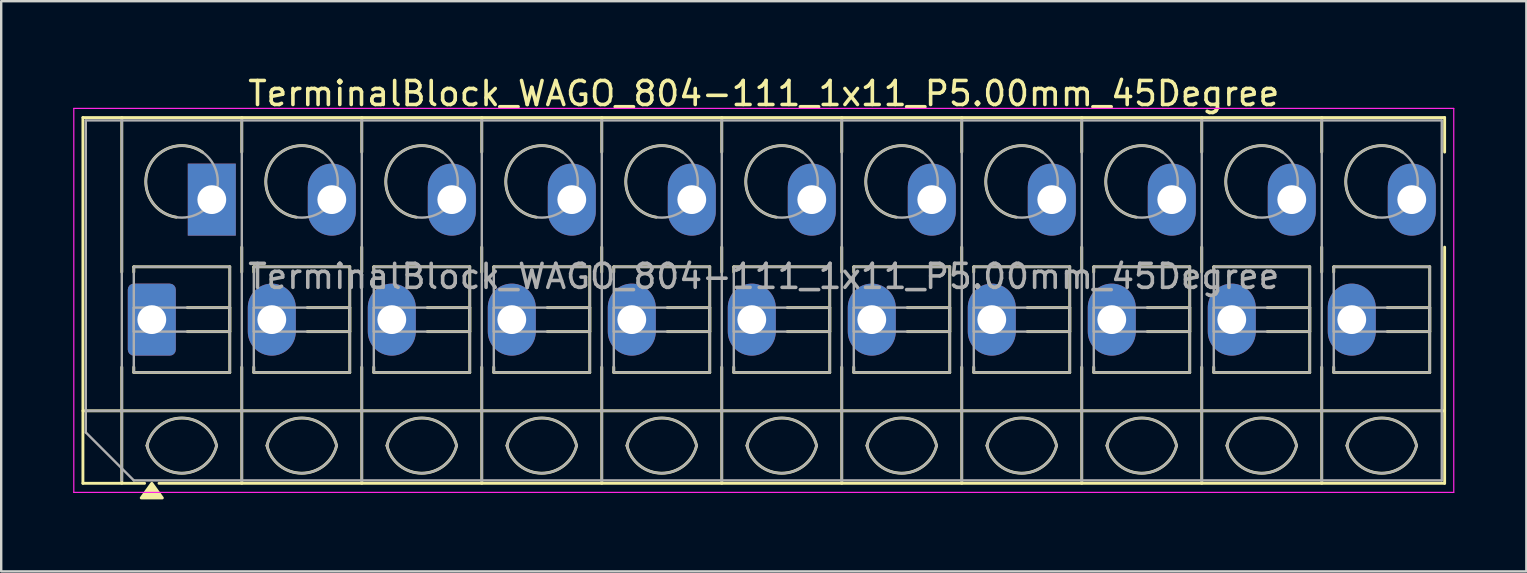
<source format=kicad_pcb>
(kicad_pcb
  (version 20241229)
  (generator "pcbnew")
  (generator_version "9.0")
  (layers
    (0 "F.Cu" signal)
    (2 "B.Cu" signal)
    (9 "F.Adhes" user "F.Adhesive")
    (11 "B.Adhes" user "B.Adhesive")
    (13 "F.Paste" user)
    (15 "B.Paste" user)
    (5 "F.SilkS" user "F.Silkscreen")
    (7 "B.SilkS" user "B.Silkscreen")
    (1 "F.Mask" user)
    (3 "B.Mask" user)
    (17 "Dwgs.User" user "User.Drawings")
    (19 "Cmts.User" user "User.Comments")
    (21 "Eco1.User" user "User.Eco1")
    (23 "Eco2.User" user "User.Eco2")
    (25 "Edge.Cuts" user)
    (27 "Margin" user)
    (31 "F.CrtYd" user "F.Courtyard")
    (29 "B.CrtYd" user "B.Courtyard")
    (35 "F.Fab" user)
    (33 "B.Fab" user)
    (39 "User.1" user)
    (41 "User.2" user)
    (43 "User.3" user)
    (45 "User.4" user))
  (footprint "TerminalBlock_WAGO_804-111_1x11_P5.00mm_45Degree"
    (layer "F.Cu")
    (at 3.275 10.268)
    (property "Reference" "TerminalBlock_WAGO_804-111_1x11_P5.00mm_45Degree" (at 25.5 -9.42 0) (layer "F.SilkS") (effects (font (size 1 1) (thickness 0.15))))
    (attr through_hole)
    (fp_line (start -2.87 -8.42) (end -2.87 6.82) (stroke (width 0.12) (type solid)) (layer "F.SilkS"))
    (fp_line (start -2.87 -8.42) (end 53.87 -8.42) (stroke (width 0.12) (type solid)) (layer "F.SilkS"))
    (fp_line (start -2.87 3.8) (end 53.87 3.8) (stroke (width 0.12) (type solid)) (layer "F.SilkS"))
    (fp_line (start -2.87 6.82) (end -0.3 6.82) (stroke (width 0.12) (type solid)) (layer "F.SilkS"))
    (fp_line (start -1.25 -8.42) (end -1.25 -1.98) (stroke (width 0.12) (type solid)) (layer "F.SilkS"))
    (fp_line (start -1.25 1.98) (end -1.25 6.82) (stroke (width 0.12) (type solid)) (layer "F.SilkS"))
    (fp_line (start -0.75 -2.2) (end -0.75 -1.98) (stroke (width 0.12) (type solid)) (layer "F.SilkS"))
    (fp_line (start -0.75 -2.2) (end 3.25 -2.2) (stroke (width 0.12) (type solid)) (layer "F.SilkS"))
    (fp_line (start -0.75 1.98) (end -0.75 2.2) (stroke (width 0.12) (type solid)) (layer "F.SilkS"))
    (fp_line (start -0.75 2.2) (end 3.25 2.2) (stroke (width 0.12) (type solid)) (layer "F.SilkS"))
    (fp_line (start 0.3 6.82) (end 53.87 6.82) (stroke (width 0.12) (type solid)) (layer "F.SilkS"))
    (fp_line (start 1.48 -0.5) (end 3.25 -0.5) (stroke (width 0.12) (type solid)) (layer "F.SilkS"))
    (fp_line (start 1.48 0.5) (end 3.25 0.5) (stroke (width 0.12) (type solid)) (layer "F.SilkS"))
    (fp_line (start 3.25 -2.2) (end 3.25 2.2) (stroke (width 0.12) (type solid)) (layer "F.SilkS"))
    (fp_line (start 3.25 -0.5) (end 3.25 0.5) (stroke (width 0.12) (type solid)) (layer "F.SilkS"))
    (fp_line (start 3.75 -8.42) (end 3.75 -6.98) (stroke (width 0.12) (type solid)) (layer "F.SilkS"))
    (fp_line (start 3.75 -3.02) (end 3.75 -1.98) (stroke (width 0.12) (type solid)) (layer "F.SilkS"))
    (fp_line (start 3.75 1.98) (end 3.75 6.82) (stroke (width 0.12) (type solid)) (layer "F.SilkS"))
    (fp_line (start 4.25 -2.2) (end 4.25 -1.98) (stroke (width 0.12) (type solid)) (layer "F.SilkS"))
    (fp_line (start 4.25 -2.2) (end 8.25 -2.2) (stroke (width 0.12) (type solid)) (layer "F.SilkS"))
    (fp_line (start 4.25 1.98) (end 4.25 2.2) (stroke (width 0.12) (type solid)) (layer "F.SilkS"))
    (fp_line (start 4.25 2.2) (end 8.25 2.2) (stroke (width 0.12) (type solid)) (layer "F.SilkS"))
    (fp_line (start 6.48 -0.5) (end 8.25 -0.5) (stroke (width 0.12) (type solid)) (layer "F.SilkS"))
    (fp_line (start 6.48 0.5) (end 8.25 0.5) (stroke (width 0.12) (type solid)) (layer "F.SilkS"))
    (fp_line (start 8.25 -2.2) (end 8.25 2.2) (stroke (width 0.12) (type solid)) (layer "F.SilkS"))
    (fp_line (start 8.25 -0.5) (end 8.25 0.5) (stroke (width 0.12) (type solid)) (layer "F.SilkS"))
    (fp_line (start 8.75 -8.42) (end 8.75 -6.98) (stroke (width 0.12) (type solid)) (layer "F.SilkS"))
    (fp_line (start 8.75 -3.02) (end 8.75 -1.98) (stroke (width 0.12) (type solid)) (layer "F.SilkS"))
    (fp_line (start 8.75 1.98) (end 8.75 6.82) (stroke (width 0.12) (type solid)) (layer "F.SilkS"))
    (fp_line (start 9.25 -2.2) (end 9.25 -1.98) (stroke (width 0.12) (type solid)) (layer "F.SilkS"))
    (fp_line (start 9.25 -2.2) (end 13.25 -2.2) (stroke (width 0.12) (type solid)) (layer "F.SilkS"))
    (fp_line (start 9.25 1.98) (end 9.25 2.2) (stroke (width 0.12) (type solid)) (layer "F.SilkS"))
    (fp_line (start 9.25 2.2) (end 13.25 2.2) (stroke (width 0.12) (type solid)) (layer "F.SilkS"))
    (fp_line (start 11.48 -0.5) (end 13.25 -0.5) (stroke (width 0.12) (type solid)) (layer "F.SilkS"))
    (fp_line (start 11.48 0.5) (end 13.25 0.5) (stroke (width 0.12) (type solid)) (layer "F.SilkS"))
    (fp_line (start 13.25 -2.2) (end 13.25 2.2) (stroke (width 0.12) (type solid)) (layer "F.SilkS"))
    (fp_line (start 13.25 -0.5) (end 13.25 0.5) (stroke (width 0.12) (type solid)) (layer "F.SilkS"))
    (fp_line (start 13.75 -8.42) (end 13.75 -6.98) (stroke (width 0.12) (type solid)) (layer "F.SilkS"))
    (fp_line (start 13.75 -3.02) (end 13.75 -1.98) (stroke (width 0.12) (type solid)) (layer "F.SilkS"))
    (fp_line (start 13.75 1.98) (end 13.75 6.82) (stroke (width 0.12) (type solid)) (layer "F.SilkS"))
    (fp_line (start 14.25 -2.2) (end 14.25 -1.98) (stroke (width 0.12) (type solid)) (layer "F.SilkS"))
    (fp_line (start 14.25 -2.2) (end 18.25 -2.2) (stroke (width 0.12) (type solid)) (layer "F.SilkS"))
    (fp_line (start 14.25 1.98) (end 14.25 2.2) (stroke (width 0.12) (type solid)) (layer "F.SilkS"))
    (fp_line (start 14.25 2.2) (end 18.25 2.2) (stroke (width 0.12) (type solid)) (layer "F.SilkS"))
    (fp_line (start 16.48 -0.5) (end 18.25 -0.5) (stroke (width 0.12) (type solid)) (layer "F.SilkS"))
    (fp_line (start 16.48 0.5) (end 18.25 0.5) (stroke (width 0.12) (type solid)) (layer "F.SilkS"))
    (fp_line (start 18.25 -2.2) (end 18.25 2.2) (stroke (width 0.12) (type solid)) (layer "F.SilkS"))
    (fp_line (start 18.25 -0.5) (end 18.25 0.5) (stroke (width 0.12) (type solid)) (layer "F.SilkS"))
    (fp_line (start 18.75 -8.42) (end 18.75 -6.98) (stroke (width 0.12) (type solid)) (layer "F.SilkS"))
    (fp_line (start 18.75 -3.02) (end 18.75 -1.98) (stroke (width 0.12) (type solid)) (layer "F.SilkS"))
    (fp_line (start 18.75 1.98) (end 18.75 6.82) (stroke (width 0.12) (type solid)) (layer "F.SilkS"))
    (fp_line (start 19.25 -2.2) (end 19.25 -1.98) (stroke (width 0.12) (type solid)) (layer "F.SilkS"))
    (fp_line (start 19.25 -2.2) (end 23.25 -2.2) (stroke (width 0.12) (type solid)) (layer "F.SilkS"))
    (fp_line (start 19.25 1.98) (end 19.25 2.2) (stroke (width 0.12) (type solid)) (layer "F.SilkS"))
    (fp_line (start 19.25 2.2) (end 23.25 2.2) (stroke (width 0.12) (type solid)) (layer "F.SilkS"))
    (fp_line (start 21.48 -0.5) (end 23.25 -0.5) (stroke (width 0.12) (type solid)) (layer "F.SilkS"))
    (fp_line (start 21.48 0.5) (end 23.25 0.5) (stroke (width 0.12) (type solid)) (layer "F.SilkS"))
    (fp_line (start 23.25 -2.2) (end 23.25 2.2) (stroke (width 0.12) (type solid)) (layer "F.SilkS"))
    (fp_line (start 23.25 -0.5) (end 23.25 0.5) (stroke (width 0.12) (type solid)) (layer "F.SilkS"))
    (fp_line (start 23.75 -8.42) (end 23.75 -6.98) (stroke (width 0.12) (type solid)) (layer "F.SilkS"))
    (fp_line (start 23.75 -3.02) (end 23.75 -1.98) (stroke (width 0.12) (type solid)) (layer "F.SilkS"))
    (fp_line (start 23.75 1.98) (end 23.75 6.82) (stroke (width 0.12) (type solid)) (layer "F.SilkS"))
    (fp_line (start 24.25 -2.2) (end 24.25 -1.98) (stroke (width 0.12) (type solid)) (layer "F.SilkS"))
    (fp_line (start 24.25 -2.2) (end 28.25 -2.2) (stroke (width 0.12) (type solid)) (layer "F.SilkS"))
    (fp_line (start 24.25 1.98) (end 24.25 2.2) (stroke (width 0.12) (type solid)) (layer "F.SilkS"))
    (fp_line (start 24.25 2.2) (end 28.25 2.2) (stroke (width 0.12) (type solid)) (layer "F.SilkS"))
    (fp_line (start 26.48 -0.5) (end 28.25 -0.5) (stroke (width 0.12) (type solid)) (layer "F.SilkS"))
    (fp_line (start 26.48 0.5) (end 28.25 0.5) (stroke (width 0.12) (type solid)) (layer "F.SilkS"))
    (fp_line (start 28.25 -2.2) (end 28.25 2.2) (stroke (width 0.12) (type solid)) (layer "F.SilkS"))
    (fp_line (start 28.25 -0.5) (end 28.25 0.5) (stroke (width 0.12) (type solid)) (layer "F.SilkS"))
    (fp_line (start 28.75 -8.42) (end 28.75 -6.98) (stroke (width 0.12) (type solid)) (layer "F.SilkS"))
    (fp_line (start 28.75 -3.02) (end 28.75 -1.98) (stroke (width 0.12) (type solid)) (layer "F.SilkS"))
    (fp_line (start 28.75 1.98) (end 28.75 6.82) (stroke (width 0.12) (type solid)) (layer "F.SilkS"))
    (fp_line (start 29.25 -2.2) (end 29.25 -1.98) (stroke (width 0.12) (type solid)) (layer "F.SilkS"))
    (fp_line (start 29.25 -2.2) (end 33.25 -2.2) (stroke (width 0.12) (type solid)) (layer "F.SilkS"))
    (fp_line (start 29.25 1.98) (end 29.25 2.2) (stroke (width 0.12) (type solid)) (layer "F.SilkS"))
    (fp_line (start 29.25 2.2) (end 33.25 2.2) (stroke (width 0.12) (type solid)) (layer "F.SilkS"))
    (fp_line (start 31.48 -0.5) (end 33.25 -0.5) (stroke (width 0.12) (type solid)) (layer "F.SilkS"))
    (fp_line (start 31.48 0.5) (end 33.25 0.5) (stroke (width 0.12) (type solid)) (layer "F.SilkS"))
    (fp_line (start 33.25 -2.2) (end 33.25 2.2) (stroke (width 0.12) (type solid)) (layer "F.SilkS"))
    (fp_line (start 33.25 -0.5) (end 33.25 0.5) (stroke (width 0.12) (type solid)) (layer "F.SilkS"))
    (fp_line (start 33.75 -8.42) (end 33.75 -6.98) (stroke (width 0.12) (type solid)) (layer "F.SilkS"))
    (fp_line (start 33.75 -3.02) (end 33.75 -1.98) (stroke (width 0.12) (type solid)) (layer "F.SilkS"))
    (fp_line (start 33.75 1.98) (end 33.75 6.82) (stroke (width 0.12) (type solid)) (layer "F.SilkS"))
    (fp_line (start 34.25 -2.2) (end 34.25 -1.98) (stroke (width 0.12) (type solid)) (layer "F.SilkS"))
    (fp_line (start 34.25 -2.2) (end 38.25 -2.2) (stroke (width 0.12) (type solid)) (layer "F.SilkS"))
    (fp_line (start 34.25 1.98) (end 34.25 2.2) (stroke (width 0.12) (type solid)) (layer "F.SilkS"))
    (fp_line (start 34.25 2.2) (end 38.25 2.2) (stroke (width 0.12) (type solid)) (layer "F.SilkS"))
    (fp_line (start 36.48 -0.5) (end 38.25 -0.5) (stroke (width 0.12) (type solid)) (layer "F.SilkS"))
    (fp_line (start 36.48 0.5) (end 38.25 0.5) (stroke (width 0.12) (type solid)) (layer "F.SilkS"))
    (fp_line (start 38.25 -2.2) (end 38.25 2.2) (stroke (width 0.12) (type solid)) (layer "F.SilkS"))
    (fp_line (start 38.25 -0.5) (end 38.25 0.5) (stroke (width 0.12) (type solid)) (layer "F.SilkS"))
    (fp_line (start 38.75 -8.42) (end 38.75 -6.98) (stroke (width 0.12) (type solid)) (layer "F.SilkS"))
    (fp_line (start 38.75 -3.02) (end 38.75 -1.98) (stroke (width 0.12) (type solid)) (layer "F.SilkS"))
    (fp_line (start 38.75 1.98) (end 38.75 6.82) (stroke (width 0.12) (type solid)) (layer "F.SilkS"))
    (fp_line (start 39.25 -2.2) (end 39.25 -1.98) (stroke (width 0.12) (type solid)) (layer "F.SilkS"))
    (fp_line (start 39.25 -2.2) (end 43.25 -2.2) (stroke (width 0.12) (type solid)) (layer "F.SilkS"))
    (fp_line (start 39.25 1.98) (end 39.25 2.2) (stroke (width 0.12) (type solid)) (layer "F.SilkS"))
    (fp_line (start 39.25 2.2) (end 43.25 2.2) (stroke (width 0.12) (type solid)) (layer "F.SilkS"))
    (fp_line (start 41.48 -0.5) (end 43.25 -0.5) (stroke (width 0.12) (type solid)) (layer "F.SilkS"))
    (fp_line (start 41.48 0.5) (end 43.25 0.5) (stroke (width 0.12) (type solid)) (layer "F.SilkS"))
    (fp_line (start 43.25 -2.2) (end 43.25 2.2) (stroke (width 0.12) (type solid)) (layer "F.SilkS"))
    (fp_line (start 43.25 -0.5) (end 43.25 0.5) (stroke (width 0.12) (type solid)) (layer "F.SilkS"))
    (fp_line (start 43.75 -8.42) (end 43.75 -6.98) (stroke (width 0.12) (type solid)) (layer "F.SilkS"))
    (fp_line (start 43.75 -3.02) (end 43.75 -1.98) (stroke (width 0.12) (type solid)) (layer "F.SilkS"))
    (fp_line (start 43.75 1.98) (end 43.75 6.82) (stroke (width 0.12) (type solid)) (layer "F.SilkS"))
    (fp_line (start 44.25 -2.2) (end 44.25 -1.98) (stroke (width 0.12) (type solid)) (layer "F.SilkS"))
    (fp_line (start 44.25 -2.2) (end 48.25 -2.2) (stroke (width 0.12) (type solid)) (layer "F.SilkS"))
    (fp_line (start 44.25 1.98) (end 44.25 2.2) (stroke (width 0.12) (type solid)) (layer "F.SilkS"))
    (fp_line (start 44.25 2.2) (end 48.25 2.2) (stroke (width 0.12) (type solid)) (layer "F.SilkS"))
    (fp_line (start 46.48 -0.5) (end 48.25 -0.5) (stroke (width 0.12) (type solid)) (layer "F.SilkS"))
    (fp_line (start 46.48 0.5) (end 48.25 0.5) (stroke (width 0.12) (type solid)) (layer "F.SilkS"))
    (fp_line (start 48.25 -2.2) (end 48.25 2.2) (stroke (width 0.12) (type solid)) (layer "F.SilkS"))
    (fp_line (start 48.25 -0.5) (end 48.25 0.5) (stroke (width 0.12) (type solid)) (layer "F.SilkS"))
    (fp_line (start 48.75 -8.42) (end 48.75 -6.98) (stroke (width 0.12) (type solid)) (layer "F.SilkS"))
    (fp_line (start 48.75 -3.02) (end 48.75 -1.98) (stroke (width 0.12) (type solid)) (layer "F.SilkS"))
    (fp_line (start 48.75 1.98) (end 48.75 6.82) (stroke (width 0.12) (type solid)) (layer "F.SilkS"))
    (fp_line (start 49.25 -2.2) (end 49.25 -1.98) (stroke (width 0.12) (type solid)) (layer "F.SilkS"))
    (fp_line (start 49.25 -2.2) (end 53.25 -2.2) (stroke (width 0.12) (type solid)) (layer "F.SilkS"))
    (fp_line (start 49.25 1.98) (end 49.25 2.2) (stroke (width 0.12) (type solid)) (layer "F.SilkS"))
    (fp_line (start 49.25 2.2) (end 53.25 2.2) (stroke (width 0.12) (type solid)) (layer "F.SilkS"))
    (fp_line (start 51.48 -0.5) (end 53.25 -0.5) (stroke (width 0.12) (type solid)) (layer "F.SilkS"))
    (fp_line (start 51.48 0.5) (end 53.25 0.5) (stroke (width 0.12) (type solid)) (layer "F.SilkS"))
    (fp_line (start 53.25 -2.2) (end 53.25 2.2) (stroke (width 0.12) (type solid)) (layer "F.SilkS"))
    (fp_line (start 53.25 -0.5) (end 53.25 0.5) (stroke (width 0.12) (type solid)) (layer "F.SilkS"))
    (fp_line (start 53.87 -8.42) (end 53.87 -6.98) (stroke (width 0.12) (type solid)) (layer "F.SilkS"))
    (fp_line (start 53.87 -3.02) (end 53.87 6.82) (stroke (width 0.12) (type solid)) (layer "F.SilkS"))
    (fp_arc (start -0.2 5.25) (mid 1.25 4.1) (end 2.7 5.25) (stroke (width 0.12) (type solid)) (layer "F.SilkS"))
    (fp_arc (start 1.02 -4.268) (mid -0.141916 -6.309209) (end 2.109 -6.98) (stroke (width 0.12) (type solid)) (layer "F.SilkS"))
    (fp_arc (start 2.7 5.25) (mid 1.25 6.4) (end -0.2 5.25) (stroke (width 0.12) (type solid)) (layer "F.SilkS"))
    (fp_arc (start 4.8 5.25) (mid 6.25 4.1) (end 7.7 5.25) (stroke (width 0.12) (type solid)) (layer "F.SilkS"))
    (fp_arc (start 6.02 -4.268) (mid 4.858084 -6.309209) (end 7.109 -6.98) (stroke (width 0.12) (type solid)) (layer "F.SilkS"))
    (fp_arc (start 7.7 5.25) (mid 6.25 6.4) (end 4.8 5.25) (stroke (width 0.12) (type solid)) (layer "F.SilkS"))
    (fp_arc (start 9.8 5.25) (mid 11.25 4.1) (end 12.7 5.25) (stroke (width 0.12) (type solid)) (layer "F.SilkS"))
    (fp_arc (start 11.02 -4.268) (mid 9.858084 -6.309209) (end 12.109 -6.98) (stroke (width 0.12) (type solid)) (layer "F.SilkS"))
    (fp_arc (start 12.7 5.25) (mid 11.25 6.4) (end 9.8 5.25) (stroke (width 0.12) (type solid)) (layer "F.SilkS"))
    (fp_arc (start 14.8 5.25) (mid 16.25 4.1) (end 17.7 5.25) (stroke (width 0.12) (type solid)) (layer "F.SilkS"))
    (fp_arc (start 16.02 -4.268) (mid 14.858084 -6.309209) (end 17.109 -6.98) (stroke (width 0.12) (type solid)) (layer "F.SilkS"))
    (fp_arc (start 17.7 5.25) (mid 16.25 6.4) (end 14.8 5.25) (stroke (width 0.12) (type solid)) (layer "F.SilkS"))
    (fp_arc (start 19.8 5.25) (mid 21.25 4.1) (end 22.7 5.25) (stroke (width 0.12) (type solid)) (layer "F.SilkS"))
    (fp_arc (start 21.02 -4.268) (mid 19.858084 -6.309209) (end 22.109 -6.98) (stroke (width 0.12) (type solid)) (layer "F.SilkS"))
    (fp_arc (start 22.7 5.25) (mid 21.25 6.4) (end 19.8 5.25) (stroke (width 0.12) (type solid)) (layer "F.SilkS"))
    (fp_arc (start 24.8 5.25) (mid 26.25 4.1) (end 27.7 5.25) (stroke (width 0.12) (type solid)) (layer "F.SilkS"))
    (fp_arc (start 26.02 -4.268) (mid 24.858084 -6.309209) (end 27.109 -6.98) (stroke (width 0.12) (type solid)) (layer "F.SilkS"))
    (fp_arc (start 27.7 5.25) (mid 26.25 6.4) (end 24.8 5.25) (stroke (width 0.12) (type solid)) (layer "F.SilkS"))
    (fp_arc (start 29.8 5.25) (mid 31.25 4.1) (end 32.7 5.25) (stroke (width 0.12) (type solid)) (layer "F.SilkS"))
    (fp_arc (start 31.02 -4.268) (mid 29.858084 -6.309209) (end 32.109 -6.98) (stroke (width 0.12) (type solid)) (layer "F.SilkS"))
    (fp_arc (start 32.7 5.25) (mid 31.25 6.4) (end 29.8 5.25) (stroke (width 0.12) (type solid)) (layer "F.SilkS"))
    (fp_arc (start 34.8 5.25) (mid 36.25 4.1) (end 37.7 5.25) (stroke (width 0.12) (type solid)) (layer "F.SilkS"))
    (fp_arc (start 36.02 -4.268) (mid 34.858084 -6.309209) (end 37.109 -6.98) (stroke (width 0.12) (type solid)) (layer "F.SilkS"))
    (fp_arc (start 37.7 5.25) (mid 36.25 6.4) (end 34.8 5.25) (stroke (width 0.12) (type solid)) (layer "F.SilkS"))
    (fp_arc (start 39.8 5.25) (mid 41.25 4.1) (end 42.7 5.25) (stroke (width 0.12) (type solid)) (layer "F.SilkS"))
    (fp_arc (start 41.02 -4.268) (mid 39.858084 -6.309209) (end 42.109 -6.98) (stroke (width 0.12) (type solid)) (layer "F.SilkS"))
    (fp_arc (start 42.7 5.25) (mid 41.25 6.4) (end 39.8 5.25) (stroke (width 0.12) (type solid)) (layer "F.SilkS"))
    (fp_arc (start 44.8 5.25) (mid 46.25 4.1) (end 47.7 5.25) (stroke (width 0.12) (type solid)) (layer "F.SilkS"))
    (fp_arc (start 46.02 -4.268) (mid 44.858084 -6.309209) (end 47.109 -6.98) (stroke (width 0.12) (type solid)) (layer "F.SilkS"))
    (fp_arc (start 47.7 5.25) (mid 46.25 6.4) (end 44.8 5.25) (stroke (width 0.12) (type solid)) (layer "F.SilkS"))
    (fp_arc (start 49.8 5.25) (mid 51.25 4.1) (end 52.7 5.25) (stroke (width 0.12) (type solid)) (layer "F.SilkS"))
    (fp_arc (start 51.02 -4.268) (mid 49.858084 -6.309209) (end 52.109 -6.98) (stroke (width 0.12) (type solid)) (layer "F.SilkS"))
    (fp_arc (start 52.7 5.25) (mid 51.25 6.4) (end 49.8 5.25) (stroke (width 0.12) (type solid)) (layer "F.SilkS"))
    (fp_poly (pts (xy 0 6.82) (xy 0.44 7.43) (xy -0.44 7.43)) (stroke (width 0.12) (type solid)) (fill yes) (layer "F.SilkS"))
    (fp_line (start -3.25 -8.8) (end -3.25 7.2) (stroke (width 0.05) (type solid)) (layer "F.CrtYd"))
    (fp_line (start -3.25 7.2) (end 54.25 7.2) (stroke (width 0.05) (type solid)) (layer "F.CrtYd"))
    (fp_line (start 54.25 -8.8) (end -3.25 -8.8) (stroke (width 0.05) (type solid)) (layer "F.CrtYd"))
    (fp_line (start 54.25 7.2) (end 54.25 -8.8) (stroke (width 0.05) (type solid)) (layer "F.CrtYd"))
    (fp_line (start -2.75 -8.3) (end 53.75 -8.3) (stroke (width 0.1) (type solid)) (layer "F.Fab"))
    (fp_line (start -2.75 3.8) (end 53.75 3.8) (stroke (width 0.1) (type solid)) (layer "F.Fab"))
    (fp_line (start -2.75 4.7) (end -2.75 -8.3) (stroke (width 0.1) (type solid)) (layer "F.Fab"))
    (fp_line (start -1.25 -8.3) (end -1.25 6.7) (stroke (width 0.1) (type solid)) (layer "F.Fab"))
    (fp_line (start -0.75 -2.2) (end -0.75 2.2) (stroke (width 0.1) (type solid)) (layer "F.Fab"))
    (fp_line (start -0.75 -0.5) (end -0.75 0.5) (stroke (width 0.1) (type solid)) (layer "F.Fab"))
    (fp_line (start -0.75 0.5) (end 3.25 0.5) (stroke (width 0.1) (type solid)) (layer "F.Fab"))
    (fp_line (start -0.75 2.2) (end 3.25 2.2) (stroke (width 0.1) (type solid)) (layer "F.Fab"))
    (fp_line (start -0.75 6.7) (end -2.75 4.7) (stroke (width 0.1) (type solid)) (layer "F.Fab"))
    (fp_line (start 3.25 -2.2) (end -0.75 -2.2) (stroke (width 0.1) (type solid)) (layer "F.Fab"))
    (fp_line (start 3.25 -0.5) (end -0.75 -0.5) (stroke (width 0.1) (type solid)) (layer "F.Fab"))
    (fp_line (start 3.25 0.5) (end 3.25 -0.5) (stroke (width 0.1) (type solid)) (layer "F.Fab"))
    (fp_line (start 3.25 2.2) (end 3.25 -2.2) (stroke (width 0.1) (type solid)) (layer "F.Fab"))
    (fp_line (start 3.75 -8.3) (end 3.75 6.7) (stroke (width 0.1) (type solid)) (layer "F.Fab"))
    (fp_line (start 4.25 -2.2) (end 4.25 2.2) (stroke (width 0.1) (type solid)) (layer "F.Fab"))
    (fp_line (start 4.25 -0.5) (end 4.25 0.5) (stroke (width 0.1) (type solid)) (layer "F.Fab"))
    (fp_line (start 4.25 0.5) (end 8.25 0.5) (stroke (width 0.1) (type solid)) (layer "F.Fab"))
    (fp_line (start 4.25 2.2) (end 8.25 2.2) (stroke (width 0.1) (type solid)) (layer "F.Fab"))
    (fp_line (start 8.25 -2.2) (end 4.25 -2.2) (stroke (width 0.1) (type solid)) (layer "F.Fab"))
    (fp_line (start 8.25 -0.5) (end 4.25 -0.5) (stroke (width 0.1) (type solid)) (layer "F.Fab"))
    (fp_line (start 8.25 0.5) (end 8.25 -0.5) (stroke (width 0.1) (type solid)) (layer "F.Fab"))
    (fp_line (start 8.25 2.2) (end 8.25 -2.2) (stroke (width 0.1) (type solid)) (layer "F.Fab"))
    (fp_line (start 8.75 -8.3) (end 8.75 6.7) (stroke (width 0.1) (type solid)) (layer "F.Fab"))
    (fp_line (start 9.25 -2.2) (end 9.25 2.2) (stroke (width 0.1) (type solid)) (layer "F.Fab"))
    (fp_line (start 9.25 -0.5) (end 9.25 0.5) (stroke (width 0.1) (type solid)) (layer "F.Fab"))
    (fp_line (start 9.25 0.5) (end 13.25 0.5) (stroke (width 0.1) (type solid)) (layer "F.Fab"))
    (fp_line (start 9.25 2.2) (end 13.25 2.2) (stroke (width 0.1) (type solid)) (layer "F.Fab"))
    (fp_line (start 13.25 -2.2) (end 9.25 -2.2) (stroke (width 0.1) (type solid)) (layer "F.Fab"))
    (fp_line (start 13.25 -0.5) (end 9.25 -0.5) (stroke (width 0.1) (type solid)) (layer "F.Fab"))
    (fp_line (start 13.25 0.5) (end 13.25 -0.5) (stroke (width 0.1) (type solid)) (layer "F.Fab"))
    (fp_line (start 13.25 2.2) (end 13.25 -2.2) (stroke (width 0.1) (type solid)) (layer "F.Fab"))
    (fp_line (start 13.75 -8.3) (end 13.75 6.7) (stroke (width 0.1) (type solid)) (layer "F.Fab"))
    (fp_line (start 14.25 -2.2) (end 14.25 2.2) (stroke (width 0.1) (type solid)) (layer "F.Fab"))
    (fp_line (start 14.25 -0.5) (end 14.25 0.5) (stroke (width 0.1) (type solid)) (layer "F.Fab"))
    (fp_line (start 14.25 0.5) (end 18.25 0.5) (stroke (width 0.1) (type solid)) (layer "F.Fab"))
    (fp_line (start 14.25 2.2) (end 18.25 2.2) (stroke (width 0.1) (type solid)) (layer "F.Fab"))
    (fp_line (start 18.25 -2.2) (end 14.25 -2.2) (stroke (width 0.1) (type solid)) (layer "F.Fab"))
    (fp_line (start 18.25 -0.5) (end 14.25 -0.5) (stroke (width 0.1) (type solid)) (layer "F.Fab"))
    (fp_line (start 18.25 0.5) (end 18.25 -0.5) (stroke (width 0.1) (type solid)) (layer "F.Fab"))
    (fp_line (start 18.25 2.2) (end 18.25 -2.2) (stroke (width 0.1) (type solid)) (layer "F.Fab"))
    (fp_line (start 18.75 -8.3) (end 18.75 6.7) (stroke (width 0.1) (type solid)) (layer "F.Fab"))
    (fp_line (start 19.25 -2.2) (end 19.25 2.2) (stroke (width 0.1) (type solid)) (layer "F.Fab"))
    (fp_line (start 19.25 -0.5) (end 19.25 0.5) (stroke (width 0.1) (type solid)) (layer "F.Fab"))
    (fp_line (start 19.25 0.5) (end 23.25 0.5) (stroke (width 0.1) (type solid)) (layer "F.Fab"))
    (fp_line (start 19.25 2.2) (end 23.25 2.2) (stroke (width 0.1) (type solid)) (layer "F.Fab"))
    (fp_line (start 23.25 -2.2) (end 19.25 -2.2) (stroke (width 0.1) (type solid)) (layer "F.Fab"))
    (fp_line (start 23.25 -0.5) (end 19.25 -0.5) (stroke (width 0.1) (type solid)) (layer "F.Fab"))
    (fp_line (start 23.25 0.5) (end 23.25 -0.5) (stroke (width 0.1) (type solid)) (layer "F.Fab"))
    (fp_line (start 23.25 2.2) (end 23.25 -2.2) (stroke (width 0.1) (type solid)) (layer "F.Fab"))
    (fp_line (start 23.75 -8.3) (end 23.75 6.7) (stroke (width 0.1) (type solid)) (layer "F.Fab"))
    (fp_line (start 24.25 -2.2) (end 24.25 2.2) (stroke (width 0.1) (type solid)) (layer "F.Fab"))
    (fp_line (start 24.25 -0.5) (end 24.25 0.5) (stroke (width 0.1) (type solid)) (layer "F.Fab"))
    (fp_line (start 24.25 0.5) (end 28.25 0.5) (stroke (width 0.1) (type solid)) (layer "F.Fab"))
    (fp_line (start 24.25 2.2) (end 28.25 2.2) (stroke (width 0.1) (type solid)) (layer "F.Fab"))
    (fp_line (start 28.25 -2.2) (end 24.25 -2.2) (stroke (width 0.1) (type solid)) (layer "F.Fab"))
    (fp_line (start 28.25 -0.5) (end 24.25 -0.5) (stroke (width 0.1) (type solid)) (layer "F.Fab"))
    (fp_line (start 28.25 0.5) (end 28.25 -0.5) (stroke (width 0.1) (type solid)) (layer "F.Fab"))
    (fp_line (start 28.25 2.2) (end 28.25 -2.2) (stroke (width 0.1) (type solid)) (layer "F.Fab"))
    (fp_line (start 28.75 -8.3) (end 28.75 6.7) (stroke (width 0.1) (type solid)) (layer "F.Fab"))
    (fp_line (start 29.25 -2.2) (end 29.25 2.2) (stroke (width 0.1) (type solid)) (layer "F.Fab"))
    (fp_line (start 29.25 -0.5) (end 29.25 0.5) (stroke (width 0.1) (type solid)) (layer "F.Fab"))
    (fp_line (start 29.25 0.5) (end 33.25 0.5) (stroke (width 0.1) (type solid)) (layer "F.Fab"))
    (fp_line (start 29.25 2.2) (end 33.25 2.2) (stroke (width 0.1) (type solid)) (layer "F.Fab"))
    (fp_line (start 33.25 -2.2) (end 29.25 -2.2) (stroke (width 0.1) (type solid)) (layer "F.Fab"))
    (fp_line (start 33.25 -0.5) (end 29.25 -0.5) (stroke (width 0.1) (type solid)) (layer "F.Fab"))
    (fp_line (start 33.25 0.5) (end 33.25 -0.5) (stroke (width 0.1) (type solid)) (layer "F.Fab"))
    (fp_line (start 33.25 2.2) (end 33.25 -2.2) (stroke (width 0.1) (type solid)) (layer "F.Fab"))
    (fp_line (start 33.75 -8.3) (end 33.75 6.7) (stroke (width 0.1) (type solid)) (layer "F.Fab"))
    (fp_line (start 34.25 -2.2) (end 34.25 2.2) (stroke (width 0.1) (type solid)) (layer "F.Fab"))
    (fp_line (start 34.25 -0.5) (end 34.25 0.5) (stroke (width 0.1) (type solid)) (layer "F.Fab"))
    (fp_line (start 34.25 0.5) (end 38.25 0.5) (stroke (width 0.1) (type solid)) (layer "F.Fab"))
    (fp_line (start 34.25 2.2) (end 38.25 2.2) (stroke (width 0.1) (type solid)) (layer "F.Fab"))
    (fp_line (start 38.25 -2.2) (end 34.25 -2.2) (stroke (width 0.1) (type solid)) (layer "F.Fab"))
    (fp_line (start 38.25 -0.5) (end 34.25 -0.5) (stroke (width 0.1) (type solid)) (layer "F.Fab"))
    (fp_line (start 38.25 0.5) (end 38.25 -0.5) (stroke (width 0.1) (type solid)) (layer "F.Fab"))
    (fp_line (start 38.25 2.2) (end 38.25 -2.2) (stroke (width 0.1) (type solid)) (layer "F.Fab"))
    (fp_line (start 38.75 -8.3) (end 38.75 6.7) (stroke (width 0.1) (type solid)) (layer "F.Fab"))
    (fp_line (start 39.25 -2.2) (end 39.25 2.2) (stroke (width 0.1) (type solid)) (layer "F.Fab"))
    (fp_line (start 39.25 -0.5) (end 39.25 0.5) (stroke (width 0.1) (type solid)) (layer "F.Fab"))
    (fp_line (start 39.25 0.5) (end 43.25 0.5) (stroke (width 0.1) (type solid)) (layer "F.Fab"))
    (fp_line (start 39.25 2.2) (end 43.25 2.2) (stroke (width 0.1) (type solid)) (layer "F.Fab"))
    (fp_line (start 43.25 -2.2) (end 39.25 -2.2) (stroke (width 0.1) (type solid)) (layer "F.Fab"))
    (fp_line (start 43.25 -0.5) (end 39.25 -0.5) (stroke (width 0.1) (type solid)) (layer "F.Fab"))
    (fp_line (start 43.25 0.5) (end 43.25 -0.5) (stroke (width 0.1) (type solid)) (layer "F.Fab"))
    (fp_line (start 43.25 2.2) (end 43.25 -2.2) (stroke (width 0.1) (type solid)) (layer "F.Fab"))
    (fp_line (start 43.75 -8.3) (end 43.75 6.7) (stroke (width 0.1) (type solid)) (layer "F.Fab"))
    (fp_line (start 44.25 -2.2) (end 44.25 2.2) (stroke (width 0.1) (type solid)) (layer "F.Fab"))
    (fp_line (start 44.25 -0.5) (end 44.25 0.5) (stroke (width 0.1) (type solid)) (layer "F.Fab"))
    (fp_line (start 44.25 0.5) (end 48.25 0.5) (stroke (width 0.1) (type solid)) (layer "F.Fab"))
    (fp_line (start 44.25 2.2) (end 48.25 2.2) (stroke (width 0.1) (type solid)) (layer "F.Fab"))
    (fp_line (start 48.25 -2.2) (end 44.25 -2.2) (stroke (width 0.1) (type solid)) (layer "F.Fab"))
    (fp_line (start 48.25 -0.5) (end 44.25 -0.5) (stroke (width 0.1) (type solid)) (layer "F.Fab"))
    (fp_line (start 48.25 0.5) (end 48.25 -0.5) (stroke (width 0.1) (type solid)) (layer "F.Fab"))
    (fp_line (start 48.25 2.2) (end 48.25 -2.2) (stroke (width 0.1) (type solid)) (layer "F.Fab"))
    (fp_line (start 48.75 -8.3) (end 48.75 6.7) (stroke (width 0.1) (type solid)) (layer "F.Fab"))
    (fp_line (start 49.25 -2.2) (end 49.25 2.2) (stroke (width 0.1) (type solid)) (layer "F.Fab"))
    (fp_line (start 49.25 -0.5) (end 49.25 0.5) (stroke (width 0.1) (type solid)) (layer "F.Fab"))
    (fp_line (start 49.25 0.5) (end 53.25 0.5) (stroke (width 0.1) (type solid)) (layer "F.Fab"))
    (fp_line (start 49.25 2.2) (end 53.25 2.2) (stroke (width 0.1) (type solid)) (layer "F.Fab"))
    (fp_line (start 53.25 -2.2) (end 49.25 -2.2) (stroke (width 0.1) (type solid)) (layer "F.Fab"))
    (fp_line (start 53.25 -0.5) (end 49.25 -0.5) (stroke (width 0.1) (type solid)) (layer "F.Fab"))
    (fp_line (start 53.25 0.5) (end 53.25 -0.5) (stroke (width 0.1) (type solid)) (layer "F.Fab"))
    (fp_line (start 53.25 2.2) (end 53.25 -2.2) (stroke (width 0.1) (type solid)) (layer "F.Fab"))
    (fp_line (start 53.75 -8.3) (end 53.75 6.7) (stroke (width 0.1) (type solid)) (layer "F.Fab"))
    (fp_line (start 53.75 6.7) (end -0.75 6.7) (stroke (width 0.1) (type solid)) (layer "F.Fab"))
    (fp_arc (start -0.2 5.25) (mid 1.25 4.1) (end 2.7 5.25) (stroke (width 0.1) (type solid)) (layer "F.Fab"))
    (fp_arc (start 2.7 5.25) (mid 1.25 6.4) (end -0.2 5.25) (stroke (width 0.1) (type solid)) (layer "F.Fab"))
    (fp_arc (start 4.8 5.25) (mid 6.25 4.1) (end 7.7 5.25) (stroke (width 0.1) (type solid)) (layer "F.Fab"))
    (fp_arc (start 7.7 5.25) (mid 6.25 6.4) (end 4.8 5.25) (stroke (width 0.1) (type solid)) (layer "F.Fab"))
    (fp_arc (start 9.8 5.25) (mid 11.25 4.1) (end 12.7 5.25) (stroke (width 0.1) (type solid)) (layer "F.Fab"))
    (fp_arc (start 12.7 5.25) (mid 11.25 6.4) (end 9.8 5.25) (stroke (width 0.1) (type solid)) (layer "F.Fab"))
    (fp_arc (start 14.8 5.25) (mid 16.25 4.1) (end 17.7 5.25) (stroke (width 0.1) (type solid)) (layer "F.Fab"))
    (fp_arc (start 17.7 5.25) (mid 16.25 6.4) (end 14.8 5.25) (stroke (width 0.1) (type solid)) (layer "F.Fab"))
    (fp_arc (start 19.8 5.25) (mid 21.25 4.1) (end 22.7 5.25) (stroke (width 0.1) (type solid)) (layer "F.Fab"))
    (fp_arc (start 22.7 5.25) (mid 21.25 6.4) (end 19.8 5.25) (stroke (width 0.1) (type solid)) (layer "F.Fab"))
    (fp_arc (start 24.8 5.25) (mid 26.25 4.1) (end 27.7 5.25) (stroke (width 0.1) (type solid)) (layer "F.Fab"))
    (fp_arc (start 27.7 5.25) (mid 26.25 6.4) (end 24.8 5.25) (stroke (width 0.1) (type solid)) (layer "F.Fab"))
    (fp_arc (start 29.8 5.25) (mid 31.25 4.1) (end 32.7 5.25) (stroke (width 0.1) (type solid)) (layer "F.Fab"))
    (fp_arc (start 32.7 5.25) (mid 31.25 6.4) (end 29.8 5.25) (stroke (width 0.1) (type solid)) (layer "F.Fab"))
    (fp_arc (start 34.8 5.25) (mid 36.25 4.1) (end 37.7 5.25) (stroke (width 0.1) (type solid)) (layer "F.Fab"))
    (fp_arc (start 37.7 5.25) (mid 36.25 6.4) (end 34.8 5.25) (stroke (width 0.1) (type solid)) (layer "F.Fab"))
    (fp_arc (start 39.8 5.25) (mid 41.25 4.1) (end 42.7 5.25) (stroke (width 0.1) (type solid)) (layer "F.Fab"))
    (fp_arc (start 42.7 5.25) (mid 41.25 6.4) (end 39.8 5.25) (stroke (width 0.1) (type solid)) (layer "F.Fab"))
    (fp_arc (start 44.8 5.25) (mid 46.25 4.1) (end 47.7 5.25) (stroke (width 0.1) (type solid)) (layer "F.Fab"))
    (fp_arc (start 47.7 5.25) (mid 46.25 6.4) (end 44.8 5.25) (stroke (width 0.1) (type solid)) (layer "F.Fab"))
    (fp_arc (start 49.8 5.25) (mid 51.25 4.1) (end 52.7 5.25) (stroke (width 0.1) (type solid)) (layer "F.Fab"))
    (fp_arc (start 52.7 5.25) (mid 51.25 6.4) (end 49.8 5.25) (stroke (width 0.1) (type solid)) (layer "F.Fab"))
    (fp_circle (center 1.25 -5.75) (end 2.75 -5.75) (stroke (width 0.1) (type solid)) (fill no) (layer "F.Fab"))
    (fp_circle (center 6.25 -5.75) (end 7.75 -5.75) (stroke (width 0.1) (type solid)) (fill no) (layer "F.Fab"))
    (fp_circle (center 11.25 -5.75) (end 12.75 -5.75) (stroke (width 0.1) (type solid)) (fill no) (layer "F.Fab"))
    (fp_circle (center 16.25 -5.75) (end 17.75 -5.75) (stroke (width 0.1) (type solid)) (fill no) (layer "F.Fab"))
    (fp_circle (center 21.25 -5.75) (end 22.75 -5.75) (stroke (width 0.1) (type solid)) (fill no) (layer "F.Fab"))
    (fp_circle (center 26.25 -5.75) (end 27.75 -5.75) (stroke (width 0.1) (type solid)) (fill no) (layer "F.Fab"))
    (fp_circle (center 31.25 -5.75) (end 32.75 -5.75) (stroke (width 0.1) (type solid)) (fill no) (layer "F.Fab"))
    (fp_circle (center 36.25 -5.75) (end 37.75 -5.75) (stroke (width 0.1) (type solid)) (fill no) (layer "F.Fab"))
    (fp_circle (center 41.25 -5.75) (end 42.75 -5.75) (stroke (width 0.1) (type solid)) (fill no) (layer "F.Fab"))
    (fp_circle (center 46.25 -5.75) (end 47.75 -5.75) (stroke (width 0.1) (type solid)) (fill no) (layer "F.Fab"))
    (fp_circle (center 51.25 -5.75) (end 52.75 -5.75) (stroke (width 0.1) (type solid)) (fill no) (layer "F.Fab"))
    (fp_text user "${REFERENCE}" (at 25.5 -1.8 0) (layer "F.Fab") (effects (font (size 1 1) (thickness 0.15))))
    (pad "1" thru_hole roundrect (at 0 0) (size 2 3) (drill 1.2) (layers "*.Cu" "*.Mask") (roundrect_rratio 0.125))
    (pad "1" thru_hole rect (at 2.5 -5) (size 2 3) (drill 1.2) (layers "*.Cu" "*.Mask"))
    (pad "2" thru_hole oval (at 5 0) (size 2 3) (drill 1.2) (layers "*.Cu" "*.Mask"))
    (pad "2" thru_hole oval (at 7.5 -5) (size 2 3) (drill 1.2) (layers "*.Cu" "*.Mask"))
    (pad "3" thru_hole oval (at 10 0) (size 2 3) (drill 1.2) (layers "*.Cu" "*.Mask"))
    (pad "3" thru_hole oval (at 12.5 -5) (size 2 3) (drill 1.2) (layers "*.Cu" "*.Mask"))
    (pad "4" thru_hole oval (at 15 0) (size 2 3) (drill 1.2) (layers "*.Cu" "*.Mask"))
    (pad "4" thru_hole oval (at 17.5 -5) (size 2 3) (drill 1.2) (layers "*.Cu" "*.Mask"))
    (pad "5" thru_hole oval (at 20 0) (size 2 3) (drill 1.2) (layers "*.Cu" "*.Mask"))
    (pad "5" thru_hole oval (at 22.5 -5) (size 2 3) (drill 1.2) (layers "*.Cu" "*.Mask"))
    (pad "6" thru_hole oval (at 25 0) (size 2 3) (drill 1.2) (layers "*.Cu" "*.Mask"))
    (pad "6" thru_hole oval (at 27.5 -5) (size 2 3) (drill 1.2) (layers "*.Cu" "*.Mask"))
    (pad "7" thru_hole oval (at 30 0) (size 2 3) (drill 1.2) (layers "*.Cu" "*.Mask"))
    (pad "7" thru_hole oval (at 32.5 -5) (size 2 3) (drill 1.2) (layers "*.Cu" "*.Mask"))
    (pad "8" thru_hole oval (at 35 0) (size 2 3) (drill 1.2) (layers "*.Cu" "*.Mask"))
    (pad "8" thru_hole oval (at 37.5 -5) (size 2 3) (drill 1.2) (layers "*.Cu" "*.Mask"))
    (pad "9" thru_hole oval (at 40 0) (size 2 3) (drill 1.2) (layers "*.Cu" "*.Mask"))
    (pad "9" thru_hole oval (at 42.5 -5) (size 2 3) (drill 1.2) (layers "*.Cu" "*.Mask"))
    (pad "10" thru_hole oval (at 45 0) (size 2 3) (drill 1.2) (layers "*.Cu" "*.Mask"))
    (pad "10" thru_hole oval (at 47.5 -5) (size 2 3) (drill 1.2) (layers "*.Cu" "*.Mask"))
    (pad "11" thru_hole oval (at 50 0) (size 2 3) (drill 1.2) (layers "*.Cu" "*.Mask"))
    (pad "11" thru_hole oval (at 52.5 -5) (size 2 3) (drill 1.2) (layers "*.Cu" "*.Mask")))
  (gr_rect
    (start -3 -3)
    (end 60.55 20.758)
    (stroke (width 0.1) (type default))
    (fill no)
    (layer "Edge.Cuts")))
</source>
